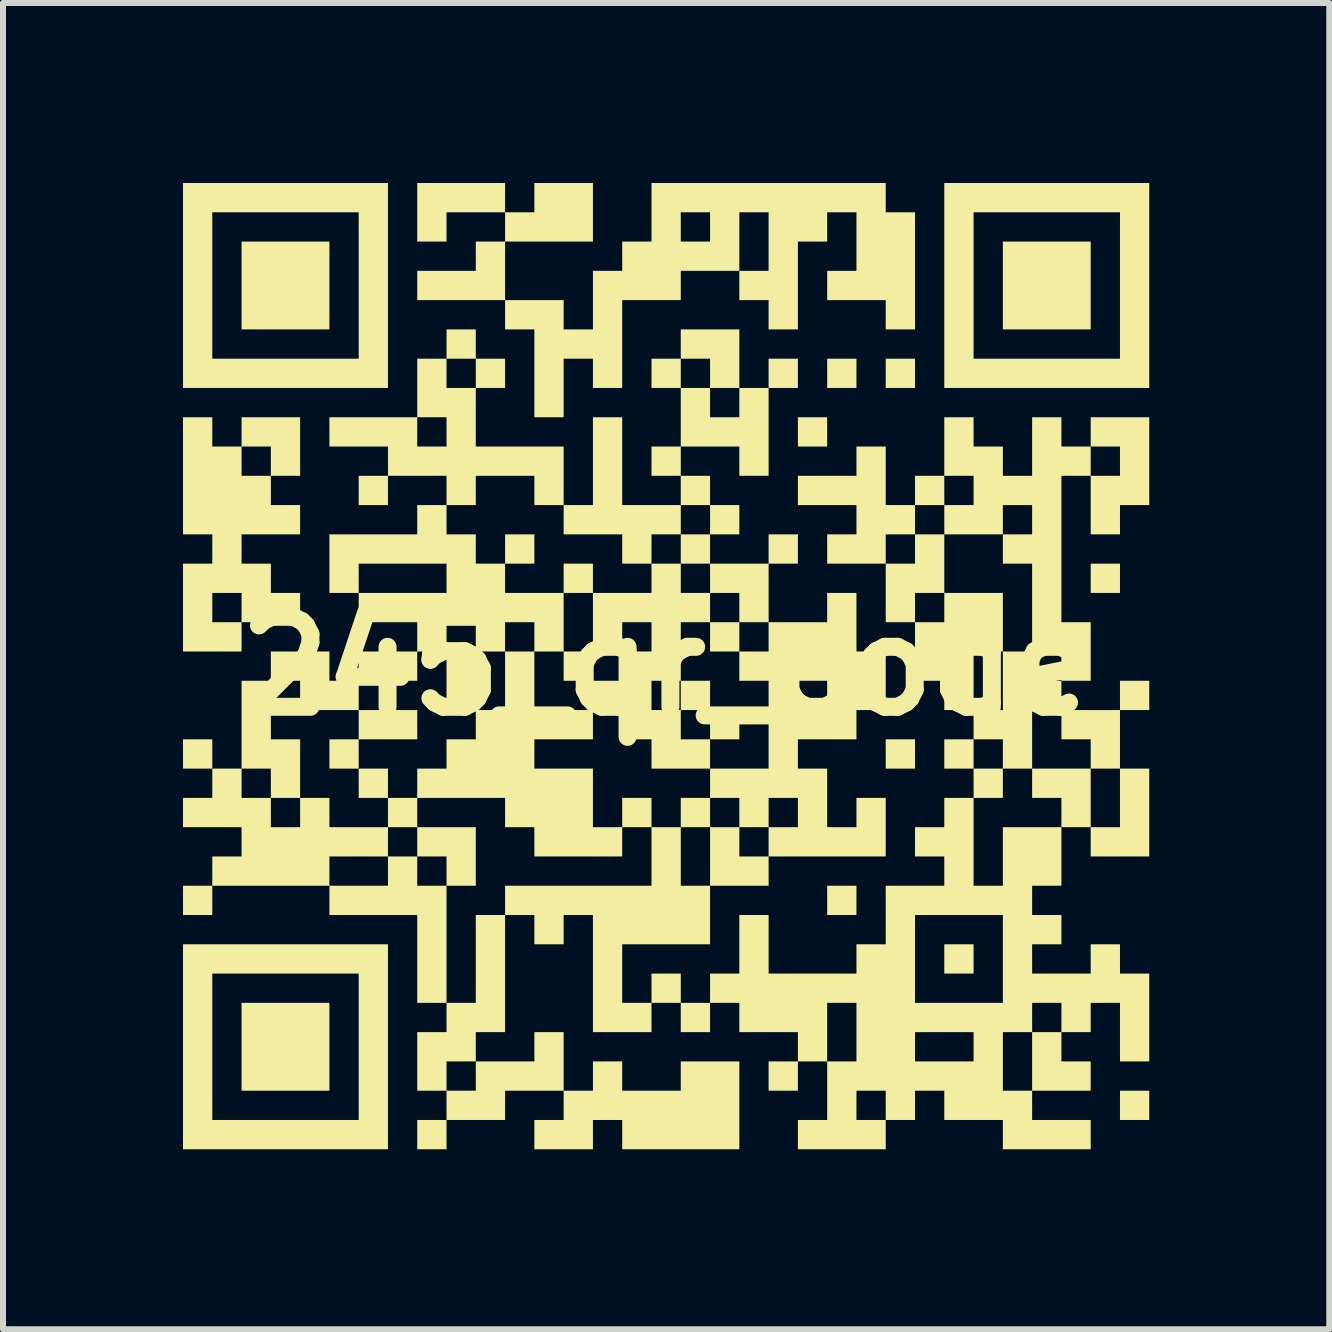
<source format=kicad_pcb>
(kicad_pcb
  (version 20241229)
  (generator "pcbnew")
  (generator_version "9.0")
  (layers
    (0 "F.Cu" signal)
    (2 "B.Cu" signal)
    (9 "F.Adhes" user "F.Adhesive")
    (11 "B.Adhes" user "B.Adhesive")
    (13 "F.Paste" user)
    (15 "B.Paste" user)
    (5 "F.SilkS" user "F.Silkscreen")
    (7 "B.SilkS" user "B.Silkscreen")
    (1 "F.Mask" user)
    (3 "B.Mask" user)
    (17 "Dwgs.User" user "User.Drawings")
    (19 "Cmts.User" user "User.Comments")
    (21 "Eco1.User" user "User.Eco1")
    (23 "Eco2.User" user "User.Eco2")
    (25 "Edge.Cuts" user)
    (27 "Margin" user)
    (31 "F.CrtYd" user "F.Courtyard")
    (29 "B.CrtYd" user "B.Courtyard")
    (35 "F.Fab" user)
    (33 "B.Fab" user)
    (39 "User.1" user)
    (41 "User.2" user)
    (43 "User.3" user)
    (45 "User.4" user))
  (footprint "245_qr_code"
    (layer "F.Cu")
    (at 8.052 8.052)
    (property "Reference" "245_qr_code" (at 0 0 0) (layer "F.SilkS") (effects (font (size 1.5 1.5) (thickness 0.3))))
    (attr board_only exclude_from_pos_files exclude_from_bom)
    (fp_poly (pts (xy -5.612 -6.344) (xy -5.612 -5.612) (xy -6.344 -5.612) (xy -7.076 -5.612) (xy -7.076 -6.344) (xy -7.076 -7.076) (xy -6.344 -7.076) (xy -5.612 -7.076)) (stroke (width 0) (type solid)) (fill yes) (layer "F.SilkS"))
    (fp_poly (pts (xy -5.612 6.344) (xy -5.612 7.076) (xy -6.344 7.076) (xy -7.076 7.076) (xy -7.076 6.344) (xy -7.076 5.612) (xy -6.344 5.612) (xy -5.612 5.612)) (stroke (width 0) (type solid)) (fill yes) (layer "F.SilkS"))
    (fp_poly (pts (xy -2.196 -1.952) (xy -2.196 -1.708) (xy -2.44 -1.708) (xy -2.684 -1.708) (xy -2.684 -1.952) (xy -2.684 -2.196) (xy -2.44 -2.196) (xy -2.196 -2.196)) (stroke (width 0) (type solid)) (fill yes) (layer "F.SilkS"))
    (fp_poly (pts (xy 0.732 2.44) (xy 0.732 2.684) (xy 0.488 2.684) (xy 0.244 2.684) (xy 0.244 2.44) (xy 0.244 2.196) (xy 0.488 2.196) (xy 0.732 2.196)) (stroke (width 0) (type solid)) (fill yes) (layer "F.SilkS"))
    (fp_poly (pts (xy 1.22 -0.488) (xy 1.22 -0.244) (xy 0.976 -0.244) (xy 0.732 -0.244) (xy 0.732 -0.488) (xy 0.732 -0.732) (xy 0.976 -0.732) (xy 1.22 -0.732)) (stroke (width 0) (type solid)) (fill yes) (layer "F.SilkS"))
    (fp_poly (pts (xy 2.684 -3.904) (xy 2.684 -3.66) (xy 2.44 -3.66) (xy 2.196 -3.66) (xy 2.196 -3.904) (xy 2.196 -4.148) (xy 2.44 -4.148) (xy 2.684 -4.148)) (stroke (width 0) (type solid)) (fill yes) (layer "F.SilkS"))
    (fp_poly (pts (xy 3.172 -4.88) (xy 3.172 -4.636) (xy 2.928 -4.636) (xy 2.684 -4.636) (xy 2.684 -4.88) (xy 2.684 -5.124) (xy 2.928 -5.124) (xy 3.172 -5.124)) (stroke (width 0) (type solid)) (fill yes) (layer "F.SilkS"))
    (fp_poly (pts (xy 3.172 3.904) (xy 3.172 4.148) (xy 2.928 4.148) (xy 2.684 4.148) (xy 2.684 3.904) (xy 2.684 3.66) (xy 2.928 3.66) (xy 3.172 3.66)) (stroke (width 0) (type solid)) (fill yes) (layer "F.SilkS"))
    (fp_poly (pts (xy 4.148 -4.88) (xy 4.148 -4.636) (xy 3.904 -4.636) (xy 3.66 -4.636) (xy 3.66 -4.88) (xy 3.66 -5.124) (xy 3.904 -5.124) (xy 4.148 -5.124)) (stroke (width 0) (type solid)) (fill yes) (layer "F.SilkS"))
    (fp_poly (pts (xy 4.148 1.464) (xy 4.148 1.708) (xy 3.904 1.708) (xy 3.66 1.708) (xy 3.66 1.464) (xy 3.66 1.22) (xy 3.904 1.22) (xy 4.148 1.22)) (stroke (width 0) (type solid)) (fill yes) (layer "F.SilkS"))
    (fp_poly (pts (xy 5.124 4.88) (xy 5.124 5.124) (xy 4.88 5.124) (xy 4.636 5.124) (xy 4.636 4.88) (xy 4.636 4.636) (xy 4.88 4.636) (xy 5.124 4.636)) (stroke (width 0) (type solid)) (fill yes) (layer "F.SilkS"))
    (fp_poly (pts (xy 7.076 -6.344) (xy 7.076 -5.612) (xy 6.344 -5.612) (xy 5.612 -5.612) (xy 5.612 -6.344) (xy 5.612 -7.076) (xy 6.344 -7.076) (xy 7.076 -7.076)) (stroke (width 0) (type solid)) (fill yes) (layer "F.SilkS"))
    (fp_poly (pts (xy 7.564 -1.464) (xy 7.564 -1.22) (xy 7.32 -1.22) (xy 7.076 -1.22) (xy 7.076 -1.464) (xy 7.076 -1.708) (xy 7.32 -1.708) (xy 7.564 -1.708)) (stroke (width 0) (type solid)) (fill yes) (layer "F.SilkS"))
    (fp_poly (pts (xy 8.052 7.32) (xy 8.052 7.564) (xy 7.808 7.564) (xy 7.564 7.564) (xy 7.564 7.32) (xy 7.564 7.076) (xy 7.808 7.076) (xy 8.052 7.076)) (stroke (width 0) (type solid)) (fill yes) (layer "F.SilkS"))
    (fp_poly (pts (xy -3.172 3.172) (xy -3.172 3.66) (xy -3.416 3.66) (xy -3.66 3.66) (xy -3.66 3.416) (xy -3.66 3.172) (xy -3.904 3.172) (xy -4.148 3.172) (xy -4.148 2.928) (xy -4.148 2.684) (xy -3.66 2.684) (xy -3.172 2.684)) (stroke (width 0) (type solid)) (fill yes) (layer "F.SilkS"))
    (fp_poly (pts (xy -4.148 0.976) (xy -4.148 1.22) (xy -4.636 1.22) (xy -5.124 1.22) (xy -5.124 1.464) (xy -5.124 1.708) (xy -5.368 1.708) (xy -5.612 1.708) (xy -5.612 1.464) (xy -5.612 1.22) (xy -5.368 1.22) (xy -5.124 1.22) (xy -5.124 0.976) (xy -5.124 0.732) (xy -4.636 0.732) (xy -4.148 0.732)) (stroke (width 0) (type solid)) (fill yes) (layer "F.SilkS"))
    (fp_poly (pts (xy -4.636 -6.344) (xy -4.636 -4.636) (xy -6.344 -4.636) (xy -8.052 -4.636) (xy -8.052 -6.344) (xy -7.564 -6.344) (xy -7.564 -5.124) (xy -6.344 -5.124) (xy -5.124 -5.124) (xy -5.124 -6.344) (xy -5.124 -7.564) (xy -6.344 -7.564) (xy -7.564 -7.564) (xy -7.564 -6.344) (xy -8.052 -6.344) (xy -8.052 -8.052) (xy -6.344 -8.052) (xy -4.636 -8.052)) (stroke (width 0) (type solid)) (fill yes) (layer "F.SilkS"))
    (fp_poly (pts (xy -4.636 6.344) (xy -4.636 8.052) (xy -6.344 8.052) (xy -8.052 8.052) (xy -8.052 6.344) (xy -7.564 6.344) (xy -7.564 7.564) (xy -6.344 7.564) (xy -5.124 7.564) (xy -5.124 6.344) (xy -5.124 5.124) (xy -6.344 5.124) (xy -7.564 5.124) (xy -7.564 6.344) (xy -8.052 6.344) (xy -8.052 4.636) (xy -6.344 4.636) (xy -4.636 4.636)) (stroke (width 0) (type solid)) (fill yes) (layer "F.SilkS"))
    (fp_poly (pts (xy 8.052 -6.344) (xy 8.052 -4.636) (xy 6.344 -4.636) (xy 4.636 -4.636) (xy 4.636 -6.344) (xy 5.124 -6.344) (xy 5.124 -5.124) (xy 6.344 -5.124) (xy 7.564 -5.124) (xy 7.564 -6.344) (xy 7.564 -7.564) (xy 6.344 -7.564) (xy 5.124 -7.564) (xy 5.124 -6.344) (xy 4.636 -6.344) (xy 4.636 -8.052) (xy 6.344 -8.052) (xy 8.052 -8.052)) (stroke (width 0) (type solid)) (fill yes) (layer "F.SilkS"))
    (fp_poly (pts (xy -2.684 -7.808) (xy -2.684 -7.564) (xy -2.44 -7.564) (xy -2.196 -7.564) (xy -2.196 -7.808) (xy -2.196 -8.052) (xy -1.708 -8.052) (xy -1.22 -8.052) (xy -1.22 -7.564) (xy -1.22 -7.076) (xy -1.952 -7.076) (xy -2.684 -7.076) (xy -2.684 -6.588) (xy -2.684 -6.1) (xy -3.416 -6.1) (xy -4.148 -6.1) (xy -4.148 -6.344) (xy -4.148 -6.588) (xy -3.66 -6.588) (xy -3.172 -6.588) (xy -3.172 -6.832) (xy -3.172 -7.076) (xy -2.928 -7.076) (xy -2.684 -7.076) (xy -2.684 -7.32) (xy -2.684 -7.564) (xy -3.172 -7.564) (xy -3.66 -7.564) (xy -3.66 -7.32) (xy -3.66 -7.076) (xy -3.904 -7.076) (xy -4.148 -7.076) (xy -4.148 -7.564) (xy -4.148 -8.052) (xy -3.416 -8.052) (xy -2.684 -8.052)) (stroke (width 0) (type solid)) (fill yes) (layer "F.SilkS"))
    (fp_poly (pts (xy 1.22 -5.124) (xy 1.22 -4.636) (xy 1.464 -4.636) (xy 1.708 -4.636) (xy 1.708 -4.88) (xy 1.708 -5.124) (xy 1.952 -5.124) (xy 2.196 -5.124) (xy 2.196 -4.88) (xy 2.196 -4.636) (xy 1.952 -4.636) (xy 1.708 -4.636) (xy 1.708 -3.904) (xy 1.708 -3.172) (xy 1.464 -3.172) (xy 1.22 -3.172) (xy 1.22 -3.416) (xy 1.22 -3.66) (xy 0.732 -3.66) (xy 0.244 -3.66) (xy 0.244 -3.416) (xy 0.244 -3.172) (xy 0 -3.172) (xy -0.244 -3.172) (xy -0.244 -3.416) (xy -0.244 -3.66) (xy 0 -3.66) (xy 0.244 -3.66) (xy 0.244 -4.148) (xy 0.244 -4.392) (xy 0.732 -4.392) (xy 0.732 -4.148) (xy 0.976 -4.148) (xy 1.22 -4.148) (xy 1.22 -4.392) (xy 1.22 -4.636) (xy 0.976 -4.636) (xy 0.732 -4.636) (xy 0.732 -4.392) (xy 0.244 -4.392) (xy 0.244 -4.636) (xy 0 -4.636) (xy -0.244 -4.636) (xy -0.244 -4.88) (xy 0.244 -4.88) (xy 0.244 -4.636) (xy 0.488 -4.636) (xy 0.732 -4.636) (xy 0.732 -4.88) (xy 0.732 -5.124) (xy 0.488 -5.124) (xy 0.244 -5.124) (xy 0.244 -4.88) (xy -0.244 -4.88) (xy -0.244 -5.124) (xy 0 -5.124) (xy 0.244 -5.124) (xy 0.244 -5.368) (xy 0.244 -5.612) (xy 0.732 -5.612) (xy 1.22 -5.612)) (stroke (width 0) (type solid)) (fill yes) (layer "F.SilkS"))
    (fp_poly (pts (xy -7.564 -3.904) (xy -7.564 -3.66) (xy -7.32 -3.66) (xy -7.076 -3.66) (xy -7.076 -3.904) (xy -7.076 -4.148) (xy -6.588 -4.148) (xy -6.1 -4.148) (xy -6.1 -3.66) (xy -6.1 -3.172) (xy -6.344 -3.172) (xy -6.588 -3.172) (xy -6.588 -2.928) (xy -6.588 -2.684) (xy -6.344 -2.684) (xy -6.1 -2.684) (xy -6.1 -2.44) (xy -6.1 -2.196) (xy -6.588 -2.196) (xy -7.076 -2.196) (xy -7.076 -1.952) (xy -7.076 -1.708) (xy -6.832 -1.708) (xy -6.588 -1.708) (xy -6.588 -1.464) (xy -6.588 -1.22) (xy -6.344 -1.22) (xy -6.1 -1.22) (xy -6.1 -0.976) (xy -6.1 -0.732) (xy -6.588 -0.732) (xy -7.076 -0.732) (xy -7.076 -0.488) (xy -7.076 -0.244) (xy -7.564 -0.244) (xy -8.052 -0.244) (xy -8.052 -0.976) (xy -7.564 -0.976) (xy -7.564 -0.732) (xy -7.32 -0.732) (xy -7.076 -0.732) (xy -7.076 -0.976) (xy -7.076 -1.22) (xy -7.32 -1.22) (xy -7.564 -1.22) (xy -7.564 -0.976) (xy -8.052 -0.976) (xy -8.052 -1.708) (xy -7.808 -1.708) (xy -7.564 -1.708) (xy -7.564 -1.952) (xy -7.564 -2.196) (xy -7.808 -2.196) (xy -8.052 -2.196) (xy -8.052 -3.172) (xy -8.052 -3.416) (xy -7.076 -3.416) (xy -7.076 -3.172) (xy -6.832 -3.172) (xy -6.588 -3.172) (xy -6.588 -3.416) (xy -6.588 -3.66) (xy -6.832 -3.66) (xy -7.076 -3.66) (xy -7.076 -3.416) (xy -8.052 -3.416) (xy -8.052 -4.148) (xy -7.808 -4.148) (xy -7.564 -4.148)) (stroke (width 0) (type solid)) (fill yes) (layer "F.SilkS"))
    (fp_poly (pts (xy 3.66 -7.808) (xy 3.66 -7.564) (xy 3.904 -7.564) (xy 4.148 -7.564) (xy 4.148 -6.588) (xy 4.148 -5.612) (xy 3.904 -5.612) (xy 3.66 -5.612) (xy 3.66 -5.856) (xy 3.66 -6.1) (xy 3.172 -6.1) (xy 2.684 -6.1) (xy 2.684 -6.344) (xy 2.684 -6.588) (xy 2.928 -6.588) (xy 3.172 -6.588) (xy 3.172 -7.076) (xy 3.172 -7.564) (xy 2.928 -7.564) (xy 2.684 -7.564) (xy 2.684 -7.32) (xy 2.684 -7.076) (xy 2.44 -7.076) (xy 2.196 -7.076) (xy 2.196 -6.344) (xy 2.196 -5.612) (xy 1.952 -5.612) (xy 1.708 -5.612) (xy 1.708 -5.856) (xy 1.708 -6.1) (xy 1.464 -6.1) (xy 1.22 -6.1) (xy 1.22 -6.344) (xy 1.22 -6.588) (xy 0.732 -6.588) (xy 0.244 -6.588) (xy 0.244 -6.344) (xy 0.244 -6.1) (xy -0.244 -6.1) (xy -0.732 -6.1) (xy -0.732 -5.368) (xy -0.732 -4.636) (xy -0.976 -4.636) (xy -1.22 -4.636) (xy -1.22 -4.88) (xy -1.22 -5.124) (xy -1.464 -5.124) (xy -1.708 -5.124) (xy -1.708 -4.636) (xy -1.708 -4.148) (xy -1.952 -4.148) (xy -2.196 -4.148) (xy -2.196 -4.88) (xy -2.196 -5.612) (xy -2.44 -5.612) (xy -2.684 -5.612) (xy -2.684 -5.856) (xy -2.684 -6.1) (xy -2.196 -6.1) (xy -1.708 -6.1) (xy -1.708 -5.856) (xy -1.708 -5.612) (xy -1.464 -5.612) (xy -1.22 -5.612) (xy -1.22 -6.1) (xy -1.22 -6.588) (xy -0.976 -6.588) (xy -0.732 -6.588) (xy -0.732 -6.832) (xy -0.732 -7.076) (xy -0.488 -7.076) (xy -0.244 -7.076) (xy -0.244 -7.32) (xy 0.244 -7.32) (xy 0.244 -7.076) (xy 0.488 -7.076) (xy 0.732 -7.076) (xy 1.22 -7.076) (xy 1.22 -6.588) (xy 1.464 -6.588) (xy 1.708 -6.588) (xy 1.708 -7.076) (xy 1.708 -7.564) (xy 1.464 -7.564) (xy 1.22 -7.564) (xy 1.22 -7.076) (xy 0.732 -7.076) (xy 0.732 -7.32) (xy 0.732 -7.564) (xy 0.488 -7.564) (xy 0.244 -7.564) (xy 0.244 -7.32) (xy -0.244 -7.32) (xy -0.244 -7.564) (xy -0.244 -8.052) (xy 1.708 -8.052) (xy 3.66 -8.052)) (stroke (width 0) (type solid)) (fill yes) (layer "F.SilkS"))
    (fp_poly (pts (xy -1.22 -1.464) (xy -1.22 -1.22) (xy -0.732 -1.22) (xy -0.244 -1.22) (xy -0.244 -1.464) (xy -0.244 -1.708) (xy 0 -1.708) (xy 0.244 -1.708) (xy 0.244 -1.464) (xy 0.244 -1.22) (xy 0.488 -1.22) (xy 0.732 -1.22) (xy 0.732 -0.976) (xy 0.732 -0.732) (xy 0.488 -0.732) (xy 0.244 -0.732) (xy 0.244 -0.244) (xy 0.244 0.244) (xy 0 0.244) (xy -0.244 0.244) (xy -0.244 0.488) (xy -0.244 0.732) (xy 0 0.732) (xy 0.244 0.732) (xy 0.244 0.488) (xy 0.244 0.244) (xy 0.488 0.244) (xy 0.732 0.244) (xy 0.732 0.488) (xy 0.732 0.732) (xy 0.488 0.732) (xy 0.244 0.732) (xy 0.244 0.976) (xy 0.244 1.22) (xy 0.488 1.22) (xy 0.732 1.22) (xy 0.732 0.976) (xy 0.732 0.732) (xy 0.976 0.732) (xy 1.22 0.732) (xy 1.22 0.976) (xy 1.22 1.22) (xy 0.976 1.22) (xy 0.732 1.22) (xy 0.732 1.464) (xy 0.732 1.708) (xy 0.244 1.708) (xy -0.244 1.708) (xy -0.244 1.464) (xy -0.244 1.22) (xy -0.488 1.22) (xy -0.732 1.22) (xy -0.732 0.976) (xy -0.732 0.732) (xy -0.976 0.732) (xy -1.22 0.732) (xy -1.22 0.976) (xy -1.22 1.22) (xy -1.708 1.22) (xy -2.196 1.22) (xy -2.196 1.464) (xy -2.196 1.708) (xy -1.708 1.708) (xy -1.22 1.708) (xy -1.22 2.196) (xy -1.22 2.684) (xy -0.976 2.684) (xy -0.732 2.684) (xy -0.732 2.44) (xy -0.732 2.196) (xy -0.488 2.196) (xy -0.244 2.196) (xy -0.244 2.44) (xy -0.244 2.684) (xy -0.488 2.684) (xy -0.732 2.684) (xy -0.732 2.928) (xy -0.732 3.172) (xy -1.464 3.172) (xy -2.196 3.172) (xy -2.196 2.928) (xy -2.196 2.684) (xy -2.44 2.684) (xy -2.684 2.684) (xy -2.684 2.44) (xy -2.684 2.196) (xy -3.416 2.196) (xy -4.148 2.196) (xy -4.148 2.44) (xy -4.148 2.684) (xy -4.392 2.684) (xy -4.636 2.684) (xy -4.636 2.44) (xy -4.636 2.196) (xy -4.88 2.196) (xy -5.124 2.196) (xy -5.124 1.952) (xy -5.124 1.708) (xy -4.88 1.708) (xy -4.636 1.708) (xy -4.636 1.952) (xy -4.636 2.196) (xy -4.392 2.196) (xy -4.148 2.196) (xy -4.148 1.952) (xy -4.148 1.708) (xy -3.904 1.708) (xy -3.66 1.708) (xy -3.66 1.464) (xy -3.66 1.22) (xy -3.416 1.22) (xy -3.172 1.22) (xy -3.172 0.976) (xy -3.172 0.732) (xy -3.416 0.732) (xy -3.66 0.732) (xy -3.66 0.244) (xy -3.66 -0.244) (xy -3.416 -0.244) (xy -3.172 -0.244) (xy -3.172 0.244) (xy -3.172 0.732) (xy -2.928 0.732) (xy -2.684 0.732) (xy -2.684 0.244) (xy -2.684 -0.244) (xy -2.44 -0.244) (xy -2.196 -0.244) (xy -2.196 0.244) (xy -2.196 0.732) (xy -1.708 0.732) (xy -1.22 0.732) (xy -1.22 0.488) (xy -1.22 0.244) (xy -1.464 0.244) (xy -1.708 0.244) (xy -1.708 0) (xy -1.708 -0.244) (xy -1.464 -0.244) (xy -1.22 -0.244) (xy -1.22 0) (xy -1.22 0.244) (xy -0.976 0.244) (xy -0.732 0.244) (xy -0.732 0) (xy -0.732 -0.244) (xy -0.488 -0.244) (xy -0.244 -0.244) (xy -0.244 -0.488) (xy -0.244 -0.732) (xy -0.488 -0.732) (xy -0.732 -0.732) (xy -0.732 -0.488) (xy -0.732 -0.244) (xy -0.976 -0.244) (xy -1.22 -0.244) (xy -1.22 -0.732) (xy -1.22 -1.22) (xy -1.464 -1.22) (xy -1.708 -1.22) (xy -1.708 -1.464) (xy -1.708 -1.708) (xy -1.464 -1.708) (xy -1.22 -1.708)) (stroke (width 0) (type solid)) (fill yes) (layer "F.SilkS"))
    (fp_poly (pts (xy -3.172 -5.368) (xy -3.172 -5.124) (xy -3.416 -5.124) (xy -3.66 -5.124) (xy -3.66 -4.88) (xy -3.66 -4.636) (xy -3.416 -4.636) (xy -3.172 -4.636) (xy -3.172 -4.88) (xy -3.172 -5.124) (xy -2.928 -5.124) (xy -2.684 -5.124) (xy -2.684 -4.88) (xy -2.684 -4.636) (xy -2.928 -4.636) (xy -3.172 -4.636) (xy -3.172 -4.148) (xy -3.172 -3.66) (xy -2.44 -3.66) (xy -1.708 -3.66) (xy -1.708 -3.172) (xy -1.708 -2.684) (xy -1.464 -2.684) (xy -1.22 -2.684) (xy -1.22 -3.416) (xy -1.22 -4.148) (xy -0.976 -4.148) (xy -0.732 -4.148) (xy -0.732 -3.416) (xy -0.732 -2.684) (xy -0.244 -2.684) (xy 0.244 -2.684) (xy 0.244 -2.928) (xy 0.244 -3.172) (xy 0.488 -3.172) (xy 0.732 -3.172) (xy 0.732 -2.928) (xy 0.732 -2.684) (xy 0.488 -2.684) (xy 0.244 -2.684) (xy 0.244 -2.44) (xy 0.244 -2.196) (xy 0 -2.196) (xy -0.244 -2.196) (xy -0.244 -1.952) (xy -0.244 -1.708) (xy -0.488 -1.708) (xy -0.732 -1.708) (xy -0.732 -1.952) (xy -0.732 -2.196) (xy -1.22 -2.196) (xy -1.708 -2.196) (xy -1.708 -2.44) (xy -1.708 -2.684) (xy -1.952 -2.684) (xy -2.196 -2.684) (xy -2.196 -2.928) (xy -2.196 -3.172) (xy -2.684 -3.172) (xy -3.172 -3.172) (xy -3.172 -2.928) (xy -3.172 -2.684) (xy -3.416 -2.684) (xy -3.66 -2.684) (xy -3.66 -2.44) (xy -3.66 -2.196) (xy -3.416 -2.196) (xy -3.172 -2.196) (xy -3.172 -1.952) (xy -3.172 -1.708) (xy -2.928 -1.708) (xy -2.684 -1.708) (xy -2.684 -1.464) (xy -2.684 -1.22) (xy -2.196 -1.22) (xy -1.708 -1.22) (xy -1.708 -0.732) (xy -1.708 -0.244) (xy -1.952 -0.244) (xy -2.196 -0.244) (xy -2.196 -0.488) (xy -2.196 -0.732) (xy -2.44 -0.732) (xy -2.684 -0.732) (xy -2.684 -0.488) (xy -2.684 -0.244) (xy -2.928 -0.244) (xy -3.172 -0.244) (xy -3.172 -0.488) (xy -3.172 -0.732) (xy -3.416 -0.732) (xy -3.66 -0.732) (xy -3.66 -0.488) (xy -3.66 -0.244) (xy -3.904 -0.244) (xy -4.148 -0.244) (xy -4.148 0) (xy -4.148 0.244) (xy -4.636 0.244) (xy -5.124 0.244) (xy -5.124 0.488) (xy -5.124 0.732) (xy -5.612 0.732) (xy -6.1 0.732) (xy -6.1 0.488) (xy -6.1 0.244) (xy -6.344 0.244) (xy -6.588 0.244) (xy -6.588 0.732) (xy -6.588 1.22) (xy -6.344 1.22) (xy -6.1 1.22) (xy -6.1 1.708) (xy -6.1 2.196) (xy -6.344 2.196) (xy -6.588 2.196) (xy -6.588 1.952) (xy -6.588 1.708) (xy -6.832 1.708) (xy -7.076 1.708) (xy -7.076 1.952) (xy -7.076 2.196) (xy -6.832 2.196) (xy -6.588 2.196) (xy -6.588 2.44) (xy -6.588 2.684) (xy -6.344 2.684) (xy -6.1 2.684) (xy -6.1 2.44) (xy -6.1 2.196) (xy -5.856 2.196) (xy -5.612 2.196) (xy -5.612 2.44) (xy -5.612 2.684) (xy -5.124 2.684) (xy -4.636 2.684) (xy -4.636 2.928) (xy -4.636 3.172) (xy -5.124 3.172) (xy -5.612 3.172) (xy -5.612 3.416) (xy -5.612 3.66) (xy -5.124 3.66) (xy -4.636 3.66) (xy -4.636 3.416) (xy -4.636 3.172) (xy -4.392 3.172) (xy -4.148 3.172) (xy -4.148 3.416) (xy -4.148 3.66) (xy -3.904 3.66) (xy -3.66 3.66) (xy -3.66 4.636) (xy -3.66 5.612) (xy -3.416 5.612) (xy -3.172 5.612) (xy -3.172 4.88) (xy -3.172 4.148) (xy -2.928 4.148) (xy -2.684 4.148) (xy -2.684 3.904) (xy -2.684 3.66) (xy -1.464 3.66) (xy -0.244 3.66) (xy -0.244 3.172) (xy -0.244 2.684) (xy 0 2.684) (xy 0.244 2.684) (xy 0.244 3.172) (xy 0.244 3.66) (xy 0.488 3.66) (xy 0.732 3.66) (xy 0.732 3.172) (xy 0.732 2.684) (xy 0.976 2.684) (xy 1.22 2.684) (xy 1.22 2.928) (xy 1.22 3.172) (xy 1.464 3.172) (xy 1.708 3.172) (xy 1.708 2.928) (xy 1.708 2.684) (xy 1.952 2.684) (xy 2.196 2.684) (xy 2.196 2.44) (xy 2.196 2.196) (xy 1.952 2.196) (xy 1.708 2.196) (xy 1.708 2.44) (xy 1.708 2.684) (xy 1.464 2.684) (xy 1.22 2.684) (xy 1.22 2.44) (xy 1.22 2.196) (xy 0.976 2.196) (xy 0.732 2.196) (xy 0.732 1.952) (xy 0.732 1.708) (xy 1.22 1.708) (xy 1.708 1.708) (xy 1.708 0.976) (xy 1.708 0.488) (xy 2.196 0.488) (xy 2.196 0.732) (xy 2.44 0.732) (xy 2.684 0.732) (xy 2.684 0.488) (xy 2.684 0.244) (xy 2.44 0.244) (xy 2.196 0.244) (xy 2.196 0.488) (xy 1.708 0.488) (xy 1.708 0.244) (xy 1.464 0.244) (xy 1.22 0.244) (xy 1.22 0) (xy 1.22 -0.244) (xy 1.464 -0.244) (xy 1.708 -0.244) (xy 1.708 -0.488) (xy 1.708 -0.732) (xy 1.464 -0.732) (xy 1.22 -0.732) (xy 1.22 -0.976) (xy 1.22 -1.22) (xy 0.976 -1.22) (xy 0.732 -1.22) (xy 0.732 -1.464) (xy 0.732 -1.708) (xy 0.488 -1.708) (xy 0.244 -1.708) (xy 0.244 -1.952) (xy 0.244 -2.196) (xy 0.488 -2.196) (xy 0.732 -2.196) (xy 0.732 -2.44) (xy 0.732 -2.684) (xy 0.976 -2.684) (xy 1.22 -2.684) (xy 1.22 -2.44) (xy 1.22 -2.196) (xy 0.976 -2.196) (xy 0.732 -2.196) (xy 0.732 -1.952) (xy 0.732 -1.708) (xy 1.22 -1.708) (xy 1.708 -1.708) (xy 1.708 -1.952) (xy 1.708 -2.196) (xy 1.952 -2.196) (xy 2.196 -2.196) (xy 2.196 -1.952) (xy 2.196 -1.708) (xy 1.952 -1.708) (xy 1.708 -1.708) (xy 1.708 -1.22) (xy 1.708 -0.732) (xy 2.196 -0.732) (xy 2.684 -0.732) (xy 2.684 -0.976) (xy 2.684 -1.22) (xy 2.928 -1.22) (xy 3.172 -1.22) (xy 3.172 -0.732) (xy 3.172 -0.244) (xy 3.416 -0.244) (xy 3.66 -0.244) (xy 3.66 0.244) (xy 3.66 0.732) (xy 3.416 0.732) (xy 3.172 0.732) (xy 3.172 0.976) (xy 3.172 1.22) (xy 2.684 1.22) (xy 2.196 1.22) (xy 2.196 1.464) (xy 2.196 1.708) (xy 2.44 1.708) (xy 2.684 1.708) (xy 2.684 2.196) (xy 2.684 2.684) (xy 2.928 2.684) (xy 3.172 2.684) (xy 3.172 2.44) (xy 3.172 2.196) (xy 3.416 2.196) (xy 3.66 2.196) (xy 3.66 2.684) (xy 3.66 3.172) (xy 2.684 3.172) (xy 1.708 3.172) (xy 1.708 3.416) (xy 1.708 3.66) (xy 1.22 3.66) (xy 0.732 3.66) (xy 0.732 4.148) (xy 0.732 4.636) (xy 0 4.636) (xy -0.732 4.636) (xy -0.732 5.124) (xy -0.732 5.612) (xy -0.488 5.612) (xy -0.244 5.612) (xy -0.244 5.368) (xy -0.244 5.124) (xy 0 5.124) (xy 0.244 5.124) (xy 0.244 5.368) (xy 0.244 5.612) (xy 0.488 5.612) (xy 0.732 5.612) (xy 0.732 5.368) (xy 0.732 5.124) (xy 0.976 5.124) (xy 1.22 5.124) (xy 1.22 4.636) (xy 1.22 4.148) (xy 1.464 4.148) (xy 1.708 4.148) (xy 1.708 4.636) (xy 1.708 5.124) (xy 2.44 5.124) (xy 3.172 5.124) (xy 3.172 4.88) (xy 4.148 4.88) (xy 4.148 5.612) (xy 4.88 5.612) (xy 5.612 5.612) (xy 5.612 4.88) (xy 5.612 4.148) (xy 4.88 4.148) (xy 4.148 4.148) (xy 4.148 4.88) (xy 3.172 4.88) (xy 3.172 4.636) (xy 3.416 4.636) (xy 3.66 4.636) (xy 3.66 4.148) (xy 3.66 3.66) (xy 4.148 3.66) (xy 4.636 3.66) (xy 4.636 3.416) (xy 4.636 3.172) (xy 4.392 3.172) (xy 4.148 3.172) (xy 4.148 2.928) (xy 4.148 2.684) (xy 4.392 2.684) (xy 4.636 2.684) (xy 4.636 2.44) (xy 4.636 2.196) (xy 4.88 2.196) (xy 5.124 2.196) (xy 5.124 1.952) (xy 5.124 1.708) (xy 5.368 1.708) (xy 5.612 1.708) (xy 5.612 1.952) (xy 5.612 2.196) (xy 5.368 2.196) (xy 5.124 2.196) (xy 5.124 2.928) (xy 5.124 3.66) (xy 5.368 3.66) (xy 5.612 3.66) (xy 5.612 3.172) (xy 5.612 2.684) (xy 6.1 2.684) (xy 6.588 2.684) (xy 6.588 2.44) (xy 6.588 2.196) (xy 6.344 2.196) (xy 6.1 2.196) (xy 6.1 1.952) (xy 6.1 1.708) (xy 6.588 1.708) (xy 7.076 1.708) (xy 7.076 1.464) (xy 7.076 1.22) (xy 6.832 1.22) (xy 6.588 1.22) (xy 6.588 0.976) (xy 6.588 0.732) (xy 6.344 0.732) (xy 6.1 0.732) (xy 6.1 1.22) (xy 6.1 1.708) (xy 5.856 1.708) (xy 5.612 1.708) (xy 5.612 1.464) (xy 5.612 1.22) (xy 5.368 1.22) (xy 5.124 1.22) (xy 5.124 1.464) (xy 5.124 1.708) (xy 4.88 1.708) (xy 4.636 1.708) (xy 4.636 1.464) (xy 4.636 1.22) (xy 4.88 1.22) (xy 5.124 1.22) (xy 5.124 0.976) (xy 5.124 0.732) (xy 4.88 0.732) (xy 4.636 0.732) (xy 4.636 0.488) (xy 4.636 0.244) (xy 4.392 0.244) (xy 4.148 0.244) (xy 4.148 -0.244) (xy 4.148 -0.732) (xy 3.904 -0.732) (xy 3.66 -0.732) (xy 3.66 -1.22) (xy 3.66 -1.708) (xy 3.172 -1.708) (xy 2.684 -1.708) (xy 2.684 -1.952) (xy 2.684 -2.196) (xy 2.928 -2.196) (xy 3.172 -2.196) (xy 3.66 -2.196) (xy 3.66 -1.952) (xy 3.66 -1.708) (xy 3.904 -1.708) (xy 4.148 -1.708) (xy 4.148 -1.952) (xy 4.148 -2.196) (xy 4.392 -2.196) (xy 4.636 -2.196) (xy 4.636 -1.708) (xy 4.636 -1.22) (xy 4.392 -1.22) (xy 4.148 -1.22) (xy 4.148 -0.976) (xy 4.148 -0.732) (xy 4.392 -0.732) (xy 4.636 -0.732) (xy 4.636 -0.976) (xy 4.636 -1.22) (xy 5.124 -1.22) (xy 5.612 -1.22) (xy 5.612 -0.732) (xy 5.612 -0.244) (xy 5.368 -0.244) (xy 5.124 -0.244) (xy 5.124 0.244) (xy 5.124 0.732) (xy 5.368 0.732) (xy 5.612 0.732) (xy 5.612 0.244) (xy 5.612 0) (xy 6.1 0) (xy 6.1 0.244) (xy 6.344 0.244) (xy 6.588 0.244) (xy 6.588 0) (xy 6.588 -0.244) (xy 6.344 -0.244) (xy 6.1 -0.244) (xy 6.1 0) (xy 5.612 0) (xy 5.612 -0.244) (xy 5.856 -0.244) (xy 6.1 -0.244) (xy 6.1 -0.976) (xy 6.1 -1.708) (xy 5.856 -1.708) (xy 5.612 -1.708) (xy 5.612 -1.952) (xy 5.612 -2.196) (xy 5.856 -2.196) (xy 6.1 -2.196) (xy 6.1 -2.44) (xy 6.1 -2.684) (xy 5.856 -2.684) (xy 5.612 -2.684) (xy 5.612 -2.44) (xy 5.612 -2.196) (xy 5.124 -2.196) (xy 4.636 -2.196) (xy 4.636 -2.44) (xy 4.636 -2.684) (xy 4.88 -2.684) (xy 5.124 -2.684) (xy 5.124 -2.928) (xy 5.124 -3.172) (xy 4.88 -3.172) (xy 4.636 -3.172) (xy 4.636 -2.928) (xy 4.636 -2.684) (xy 4.392 -2.684) (xy 4.148 -2.684) (xy 4.148 -2.44) (xy 4.148 -2.196) (xy 3.904 -2.196) (xy 3.66 -2.196) (xy 3.172 -2.196) (xy 3.172 -2.44) (xy 3.172 -2.684) (xy 2.684 -2.684) (xy 2.196 -2.684) (xy 2.196 -2.928) (xy 2.196 -3.172) (xy 2.684 -3.172) (xy 3.172 -3.172) (xy 3.172 -3.416) (xy 3.172 -3.66) (xy 3.416 -3.66) (xy 3.66 -3.66) (xy 3.66 -3.172) (xy 3.66 -2.684) (xy 3.904 -2.684) (xy 4.148 -2.684) (xy 4.148 -2.928) (xy 4.148 -3.172) (xy 4.392 -3.172) (xy 4.636 -3.172) (xy 4.636 -3.66) (xy 4.636 -4.148) (xy 4.88 -4.148) (xy 5.124 -4.148) (xy 5.124 -3.904) (xy 5.124 -3.66) (xy 5.368 -3.66) (xy 5.612 -3.66) (xy 5.612 -3.416) (xy 5.612 -3.172) (xy 5.856 -3.172) (xy 6.1 -3.172) (xy 6.1 -3.416) (xy 7.076 -3.416) (xy 7.076 -3.172) (xy 7.32 -3.172) (xy 7.564 -3.172) (xy 7.564 -3.416) (xy 7.564 -3.66) (xy 7.32 -3.66) (xy 7.076 -3.66) (xy 7.076 -3.416) (xy 6.1 -3.416) (xy 6.1 -3.66) (xy 6.1 -4.148) (xy 6.344 -4.148) (xy 6.588 -4.148) (xy 6.588 -3.904) (xy 6.588 -3.66) (xy 6.832 -3.66) (xy 7.076 -3.66) (xy 7.076 -3.904) (xy 7.076 -4.148) (xy 7.564 -4.148) (xy 8.052 -4.148) (xy 8.052 -3.416) (xy 8.052 -2.684) (xy 7.808 -2.684) (xy 7.564 -2.684) (xy 7.564 -2.44) (xy 7.564 -2.196) (xy 7.32 -2.196) (xy 7.076 -2.196) (xy 7.076 -2.684) (xy 7.076 -3.172) (xy 6.832 -3.172) (xy 6.588 -3.172) (xy 6.588 -1.952) (xy 6.588 -0.732) (xy 6.832 -0.732) (xy 7.076 -0.732) (xy 7.076 -0.244) (xy 7.076 0.244) (xy 6.832 0.244) (xy 6.588 0.244) (xy 6.588 0.488) (xy 6.588 0.732) (xy 7.076 0.732) (xy 7.564 0.732) (xy 7.564 0.488) (xy 7.564 0.244) (xy 7.808 0.244) (xy 8.052 0.244) (xy 8.052 0.488) (xy 8.052 0.732) (xy 7.808 0.732) (xy 7.564 0.732) (xy 7.564 1.22) (xy 7.564 1.708) (xy 7.32 1.708) (xy 7.076 1.708) (xy 7.076 2.196) (xy 7.076 2.684) (xy 7.32 2.684) (xy 7.564 2.684) (xy 7.564 2.196) (xy 7.564 1.708) (xy 7.808 1.708) (xy 8.052 1.708) (xy 8.052 2.44) (xy 8.052 3.172) (xy 7.564 3.172) (xy 7.076 3.172) (xy 7.076 2.928) (xy 7.076 2.684) (xy 6.832 2.684) (xy 6.588 2.684) (xy 6.588 3.172) (xy 6.588 3.66) (xy 6.344 3.66) (xy 6.1 3.66) (xy 6.1 3.904) (xy 6.1 4.148) (xy 6.344 4.148) (xy 6.588 4.148) (xy 6.588 4.392) (xy 6.588 4.636) (xy 6.344 4.636) (xy 6.1 4.636) (xy 6.1 4.88) (xy 6.1 5.124) (xy 6.588 5.124) (xy 7.076 5.124) (xy 7.076 4.88) (xy 7.076 4.636) (xy 7.32 4.636) (xy 7.564 4.636) (xy 7.564 4.88) (xy 7.564 5.124) (xy 7.808 5.124) (xy 8.052 5.124) (xy 8.052 5.856) (xy 8.052 6.588) (xy 7.808 6.588) (xy 7.564 6.588) (xy 7.564 6.1) (xy 7.564 5.612) (xy 7.32 5.612) (xy 7.076 5.612) (xy 7.076 5.856) (xy 7.076 6.1) (xy 6.832 6.1) (xy 6.588 6.1) (xy 6.588 6.344) (xy 6.588 6.588) (xy 6.832 6.588) (xy 7.076 6.588) (xy 7.076 6.832) (xy 7.076 7.076) (xy 6.588 7.076) (xy 6.1 7.076) (xy 6.1 7.32) (xy 6.1 7.564) (xy 6.588 7.564) (xy 7.076 7.564) (xy 7.076 7.808) (xy 7.076 8.052) (xy 6.344 8.052) (xy 5.612 8.052) (xy 5.612 7.808) (xy 5.612 7.564) (xy 5.124 7.564) (xy 4.636 7.564) (xy 4.636 7.32) (xy 4.636 7.076) (xy 4.392 7.076) (xy 4.148 7.076) (xy 4.148 7.32) (xy 4.148 7.564) (xy 3.904 7.564) (xy 3.66 7.564) (xy 3.66 7.808) (xy 3.66 8.052) (xy 2.928 8.052) (xy 2.196 8.052) (xy 2.196 7.808) (xy 2.196 7.564) (xy 2.44 7.564) (xy 2.684 7.564) (xy 2.684 7.32) (xy 3.172 7.32) (xy 3.172 7.564) (xy 3.416 7.564) (xy 3.66 7.564) (xy 3.66 7.32) (xy 3.66 7.076) (xy 3.416 7.076) (xy 3.172 7.076) (xy 3.172 7.32) (xy 2.684 7.32) (xy 2.684 7.076) (xy 2.684 6.588) (xy 2.44 6.588) (xy 2.196 6.588) (xy 2.196 6.832) (xy 2.196 7.076) (xy 1.952 7.076) (xy 1.708 7.076) (xy 1.708 6.832) (xy 1.708 6.588) (xy 1.952 6.588) (xy 2.196 6.588) (xy 2.196 6.344) (xy 2.196 6.1) (xy 2.684 6.1) (xy 2.684 6.588) (xy 2.928 6.588) (xy 3.172 6.588) (xy 3.172 6.344) (xy 4.148 6.344) (xy 4.148 6.588) (xy 4.636 6.588) (xy 5.124 6.588) (xy 5.124 6.344) (xy 5.124 6.1) (xy 5.612 6.1) (xy 5.612 6.588) (xy 5.612 7.076) (xy 5.856 7.076) (xy 6.1 7.076) (xy 6.1 6.588) (xy 6.1 6.1) (xy 6.344 6.1) (xy 6.588 6.1) (xy 6.588 5.856) (xy 6.588 5.612) (xy 6.344 5.612) (xy 6.1 5.612) (xy 6.1 5.856) (xy 6.1 6.1) (xy 5.856 6.1) (xy 5.612 6.1) (xy 5.124 6.1) (xy 4.636 6.1) (xy 4.148 6.1) (xy 4.148 6.344) (xy 3.172 6.344) (xy 3.172 6.1) (xy 3.172 5.612) (xy 2.928 5.612) (xy 2.684 5.612) (xy 2.684 6.1) (xy 2.196 6.1) (xy 1.708 6.1) (xy 1.22 6.1) (xy 1.22 5.856) (xy 1.22 5.612) (xy 0.976 5.612) (xy 0.732 5.612) (xy 0.732 5.856) (xy 0.732 6.1) (xy 0.488 6.1) (xy 0.244 6.1) (xy 0.244 5.856) (xy 0.244 5.612) (xy 0 5.612) (xy -0.244 5.612) (xy -0.244 5.856) (xy -0.244 6.1) (xy -0.732 6.1) (xy -1.22 6.1) (xy -1.22 5.124) (xy -1.22 4.148) (xy -1.464 4.148) (xy -1.708 4.148) (xy -1.708 4.392) (xy -1.708 4.636) (xy -1.952 4.636) (xy -2.196 4.636) (xy -2.196 4.392) (xy -2.196 4.148) (xy -2.44 4.148) (xy -2.684 4.148) (xy -2.684 5.124) (xy -2.684 6.1) (xy -2.928 6.1) (xy -3.172 6.1) (xy -3.172 6.344) (xy -3.172 6.588) (xy -2.684 6.588) (xy -2.196 6.588) (xy -2.196 6.344) (xy -2.196 6.1) (xy -1.952 6.1) (xy -1.708 6.1) (xy -1.708 6.588) (xy -1.708 7.076) (xy -1.464 7.076) (xy -1.22 7.076) (xy -1.22 6.832) (xy -1.22 6.588) (xy -0.976 6.588) (xy -0.732 6.588) (xy -0.732 6.832) (xy -0.732 7.076) (xy -0.244 7.076) (xy 0.244 7.076) (xy 0.244 6.832) (xy 0.244 6.588) (xy 0.732 6.588) (xy 1.22 6.588) (xy 1.22 7.32) (xy 1.22 8.052) (xy 0.244 8.052) (xy -0.732 8.052) (xy -0.732 7.808) (xy -0.732 7.564) (xy -0.976 7.564) (xy -1.22 7.564) (xy -1.22 7.808) (xy -1.22 8.052) (xy -1.708 8.052) (xy -2.196 8.052) (xy -2.196 7.808) (xy -2.196 7.564) (xy -1.952 7.564) (xy -1.708 7.564) (xy -1.708 7.32) (xy -1.708 7.076) (xy -2.196 7.076) (xy -2.684 7.076) (xy -2.684 7.32) (xy -2.684 7.564) (xy -3.172 7.564) (xy -3.66 7.564) (xy -3.66 7.808) (xy -3.66 8.052) (xy -3.904 8.052) (xy -4.148 8.052) (xy -4.148 7.808) (xy -4.148 7.564) (xy -3.904 7.564) (xy -3.66 7.564) (xy -3.66 7.32) (xy -3.66 7.076) (xy -3.904 7.076) (xy -4.148 7.076) (xy -4.148 6.832) (xy -3.66 6.832) (xy -3.66 7.076) (xy -3.416 7.076) (xy -3.172 7.076) (xy -3.172 6.832) (xy -3.172 6.588) (xy -3.416 6.588) (xy -3.66 6.588) (xy -3.66 6.832) (xy -4.148 6.832) (xy -4.148 6.588) (xy -4.148 6.1) (xy -3.904 6.1) (xy -3.66 6.1) (xy -3.66 5.856) (xy -3.66 5.612) (xy -3.904 5.612) (xy -4.148 5.612) (xy -4.148 4.88) (xy -4.148 4.148) (xy -4.88 4.148) (xy -5.612 4.148) (xy -5.612 3.904) (xy -5.612 3.66) (xy -6.588 3.66) (xy -7.564 3.66) (xy -7.564 3.904) (xy -7.564 4.148) (xy -7.808 4.148) (xy -8.052 4.148) (xy -8.052 3.904) (xy -8.052 3.66) (xy -7.808 3.66) (xy -7.564 3.66) (xy -7.564 3.416) (xy -7.564 3.172) (xy -7.32 3.172) (xy -7.076 3.172) (xy -7.076 2.928) (xy -7.076 2.684) (xy -7.564 2.684) (xy -8.052 2.684) (xy -8.052 2.44) (xy -8.052 2.196) (xy -7.808 2.196) (xy -7.564 2.196) (xy -7.564 1.952) (xy -7.564 1.708) (xy -7.808 1.708) (xy -8.052 1.708) (xy -8.052 1.464) (xy -8.052 1.22) (xy -7.808 1.22) (xy -7.564 1.22) (xy -7.564 1.464) (xy -7.564 1.708) (xy -7.32 1.708) (xy -7.076 1.708) (xy -7.076 0.976) (xy -7.076 0.244) (xy -6.832 0.244) (xy -6.588 0.244) (xy -6.588 0) (xy -6.588 -0.244) (xy -6.1 -0.244) (xy -5.612 -0.244) (xy -5.612 0) (xy -5.612 0.244) (xy -5.368 0.244) (xy -5.124 0.244) (xy -5.124 0) (xy -5.124 -0.244) (xy -4.636 -0.244) (xy -4.148 -0.244) (xy -4.148 -0.488) (xy -4.148 -0.732) (xy -4.636 -0.732) (xy -5.124 -0.732) (xy -5.124 -0.976) (xy -5.124 -1.22) (xy -5.368 -1.22) (xy -5.612 -1.22) (xy -5.612 -1.464) (xy -5.124 -1.464) (xy -5.124 -1.22) (xy -4.392 -1.22) (xy -3.66 -1.22) (xy -3.66 -1.464) (xy -3.66 -1.708) (xy -4.392 -1.708) (xy -5.124 -1.708) (xy -5.124 -1.464) (xy -5.612 -1.464) (xy -5.612 -1.708) (xy -5.612 -2.196) (xy -4.88 -2.196) (xy -4.148 -2.196) (xy -4.148 -2.44) (xy -4.148 -2.684) (xy -3.904 -2.684) (xy -3.66 -2.684) (xy -3.66 -2.928) (xy -3.66 -3.172) (xy -4.148 -3.172) (xy -4.636 -3.172) (xy -4.636 -2.928) (xy -4.636 -2.684) (xy -4.88 -2.684) (xy -5.124 -2.684) (xy -5.124 -2.928) (xy -5.124 -3.172) (xy -4.88 -3.172) (xy -4.636 -3.172) (xy -4.636 -3.416) (xy -4.636 -3.66) (xy -5.124 -3.66) (xy -5.612 -3.66) (xy -5.612 -3.904) (xy -4.148 -3.904) (xy -4.148 -3.66) (xy -3.904 -3.66) (xy -3.66 -3.66) (xy -3.66 -3.904) (xy -3.66 -4.148) (xy -3.904 -4.148) (xy -4.148 -4.148) (xy -4.148 -3.904) (xy -5.612 -3.904) (xy -5.612 -4.148) (xy -4.88 -4.148) (xy -4.148 -4.148) (xy -4.148 -4.636) (xy -4.148 -5.124) (xy -3.904 -5.124) (xy -3.66 -5.124) (xy -3.66 -5.368) (xy -3.66 -5.612) (xy -3.416 -5.612) (xy -3.172 -5.612)) (stroke (width 0) (type solid)) (fill yes) (layer "F.SilkS")))
  (gr_rect
    (start -3 -3)
    (end 19.104 19.104)
    (stroke (width 0.1) (type default))
    (fill no)
    (layer "Edge.Cuts")))
</source>
